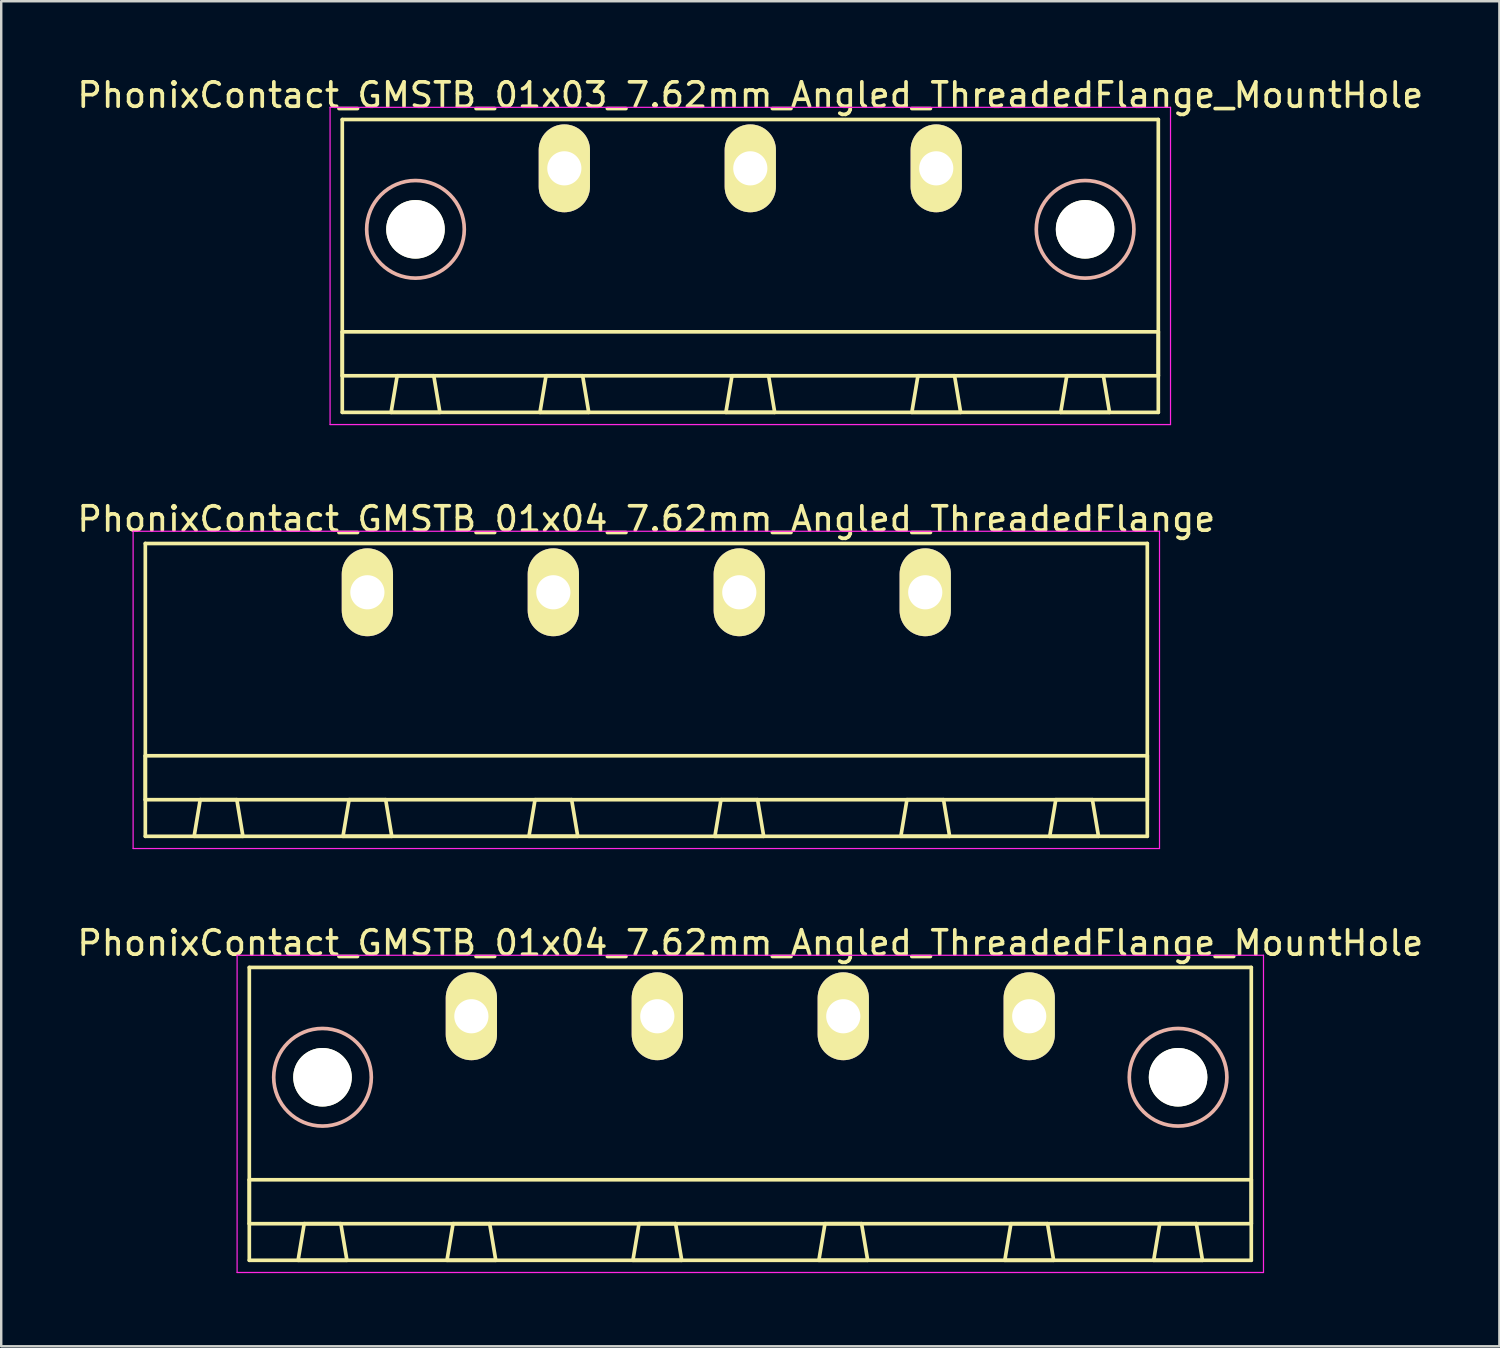
<source format=kicad_pcb>
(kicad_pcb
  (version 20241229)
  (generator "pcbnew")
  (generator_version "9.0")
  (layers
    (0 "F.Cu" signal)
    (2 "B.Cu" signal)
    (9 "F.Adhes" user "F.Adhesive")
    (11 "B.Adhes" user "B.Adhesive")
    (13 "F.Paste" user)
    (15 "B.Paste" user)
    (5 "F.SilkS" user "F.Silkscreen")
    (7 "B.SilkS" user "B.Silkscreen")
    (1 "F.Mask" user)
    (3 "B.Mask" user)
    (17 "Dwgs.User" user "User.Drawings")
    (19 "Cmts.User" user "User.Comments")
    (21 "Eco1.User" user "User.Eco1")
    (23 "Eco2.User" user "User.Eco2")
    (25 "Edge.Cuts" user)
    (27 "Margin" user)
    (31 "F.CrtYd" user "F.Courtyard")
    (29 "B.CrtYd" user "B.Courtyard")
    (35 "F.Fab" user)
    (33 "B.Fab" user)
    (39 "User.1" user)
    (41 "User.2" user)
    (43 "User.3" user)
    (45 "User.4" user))
  (footprint "PhonixContact_GMSTB_01x04_7.62mm_Angled_ThreadedFlange"
    (layer "F.Cu")
    (at 12.005 21.221)
    (property "Reference" "PhonixContact_GMSTB_01x04_7.62mm_Angled_ThreadedFlange" (at 11.43 -3 0) (layer "F.SilkS") (effects (font (size 1 1) (thickness 0.15))))
    (attr through_hole)
    (fp_line (start -9.1 -2) (end -9.1 10) (stroke (width 0.15) (type solid)) (layer "F.SilkS"))
    (fp_line (start -9.1 6.7) (end 31.96 6.7) (stroke (width 0.15) (type solid)) (layer "F.SilkS"))
    (fp_line (start -9.1 8.5) (end -9.1 6.7) (stroke (width 0.15) (type solid)) (layer "F.SilkS"))
    (fp_line (start -9.1 10) (end 31.96 10) (stroke (width 0.15) (type solid)) (layer "F.SilkS"))
    (fp_line (start -7.1 10) (end -5.1 10) (stroke (width 0.15) (type solid)) (layer "F.SilkS"))
    (fp_line (start -6.85 8.5) (end -7.1 10) (stroke (width 0.15) (type solid)) (layer "F.SilkS"))
    (fp_line (start -5.35 8.5) (end -6.85 8.5) (stroke (width 0.15) (type solid)) (layer "F.SilkS"))
    (fp_line (start -5.1 10) (end -5.35 8.5) (stroke (width 0.15) (type solid)) (layer "F.SilkS"))
    (fp_line (start -1 10) (end 1 10) (stroke (width 0.15) (type solid)) (layer "F.SilkS"))
    (fp_line (start -0.75 8.5) (end -1 10) (stroke (width 0.15) (type solid)) (layer "F.SilkS"))
    (fp_line (start 0.75 8.5) (end -0.75 8.5) (stroke (width 0.15) (type solid)) (layer "F.SilkS"))
    (fp_line (start 1 10) (end 0.75 8.5) (stroke (width 0.15) (type solid)) (layer "F.SilkS"))
    (fp_line (start 6.62 10) (end 8.62 10) (stroke (width 0.15) (type solid)) (layer "F.SilkS"))
    (fp_line (start 6.87 8.5) (end 6.62 10) (stroke (width 0.15) (type solid)) (layer "F.SilkS"))
    (fp_line (start 8.37 8.5) (end 6.87 8.5) (stroke (width 0.15) (type solid)) (layer "F.SilkS"))
    (fp_line (start 8.62 10) (end 8.37 8.5) (stroke (width 0.15) (type solid)) (layer "F.SilkS"))
    (fp_line (start 14.24 10) (end 16.24 10) (stroke (width 0.15) (type solid)) (layer "F.SilkS"))
    (fp_line (start 14.49 8.5) (end 14.24 10) (stroke (width 0.15) (type solid)) (layer "F.SilkS"))
    (fp_line (start 15.99 8.5) (end 14.49 8.5) (stroke (width 0.15) (type solid)) (layer "F.SilkS"))
    (fp_line (start 16.24 10) (end 15.99 8.5) (stroke (width 0.15) (type solid)) (layer "F.SilkS"))
    (fp_line (start 21.86 10) (end 23.86 10) (stroke (width 0.15) (type solid)) (layer "F.SilkS"))
    (fp_line (start 22.11 8.5) (end 21.86 10) (stroke (width 0.15) (type solid)) (layer "F.SilkS"))
    (fp_line (start 23.61 8.5) (end 22.11 8.5) (stroke (width 0.15) (type solid)) (layer "F.SilkS"))
    (fp_line (start 23.86 10) (end 23.61 8.5) (stroke (width 0.15) (type solid)) (layer "F.SilkS"))
    (fp_line (start 27.96 10) (end 29.96 10) (stroke (width 0.15) (type solid)) (layer "F.SilkS"))
    (fp_line (start 28.21 8.5) (end 27.96 10) (stroke (width 0.15) (type solid)) (layer "F.SilkS"))
    (fp_line (start 29.71 8.5) (end 28.21 8.5) (stroke (width 0.15) (type solid)) (layer "F.SilkS"))
    (fp_line (start 29.96 10) (end 29.71 8.5) (stroke (width 0.15) (type solid)) (layer "F.SilkS"))
    (fp_line (start 31.96 -2) (end -9.1 -2) (stroke (width 0.15) (type solid)) (layer "F.SilkS"))
    (fp_line (start 31.96 6.7) (end 31.96 8.5) (stroke (width 0.15) (type solid)) (layer "F.SilkS"))
    (fp_line (start 31.96 8.5) (end -9.1 8.5) (stroke (width 0.15) (type solid)) (layer "F.SilkS"))
    (fp_line (start 31.96 10) (end 31.96 -2) (stroke (width 0.15) (type solid)) (layer "F.SilkS"))
    (fp_line (start -9.6 -2.5) (end -9.6 10.5) (stroke (width 0.05) (type solid)) (layer "F.CrtYd"))
    (fp_line (start -9.6 10.5) (end 32.46 10.5) (stroke (width 0.05) (type solid)) (layer "F.CrtYd"))
    (fp_line (start 32.46 -2.5) (end -9.6 -2.5) (stroke (width 0.05) (type solid)) (layer "F.CrtYd"))
    (fp_line (start 32.46 10.5) (end 32.46 -2.5) (stroke (width 0.05) (type solid)) (layer "F.CrtYd"))
    (pad "1" thru_hole oval (at 0 0) (size 2.1 3.6) (drill 1.4) (layers "*.Cu" "*.Mask" "F.SilkS"))
    (pad "2" thru_hole oval (at 7.62 0) (size 2.1 3.6) (drill 1.4) (layers "*.Cu" "*.Mask" "F.SilkS"))
    (pad "3" thru_hole oval (at 15.24 0) (size 2.1 3.6) (drill 1.4) (layers "*.Cu" "*.Mask" "F.SilkS"))
    (pad "4" thru_hole oval (at 22.86 0) (size 2.1 3.6) (drill 1.4) (layers "*.Cu" "*.Mask" "F.SilkS")))
  (footprint "PhonixContact_GMSTB_01x03_7.62mm_Angled_ThreadedFlange_MountHole"
    (layer "F.Cu")
    (at 20.076 3.848)
    (property "Reference" "PhonixContact_GMSTB_01x03_7.62mm_Angled_ThreadedFlange_MountHole" (at 7.62 -3 0) (layer "F.SilkS") (effects (font (size 1 1) (thickness 0.15))))
    (attr through_hole)
    (fp_line (start -9.1 -2) (end -9.1 10) (stroke (width 0.15) (type solid)) (layer "F.SilkS"))
    (fp_line (start -9.1 6.7) (end 24.34 6.7) (stroke (width 0.15) (type solid)) (layer "F.SilkS"))
    (fp_line (start -9.1 8.5) (end -9.1 6.7) (stroke (width 0.15) (type solid)) (layer "F.SilkS"))
    (fp_line (start -9.1 10) (end 24.34 10) (stroke (width 0.15) (type solid)) (layer "F.SilkS"))
    (fp_line (start -7.1 10) (end -5.1 10) (stroke (width 0.15) (type solid)) (layer "F.SilkS"))
    (fp_line (start -6.85 8.5) (end -7.1 10) (stroke (width 0.15) (type solid)) (layer "F.SilkS"))
    (fp_line (start -5.35 8.5) (end -6.85 8.5) (stroke (width 0.15) (type solid)) (layer "F.SilkS"))
    (fp_line (start -5.1 10) (end -5.35 8.5) (stroke (width 0.15) (type solid)) (layer "F.SilkS"))
    (fp_line (start -1 10) (end 1 10) (stroke (width 0.15) (type solid)) (layer "F.SilkS"))
    (fp_line (start -0.75 8.5) (end -1 10) (stroke (width 0.15) (type solid)) (layer "F.SilkS"))
    (fp_line (start 0.75 8.5) (end -0.75 8.5) (stroke (width 0.15) (type solid)) (layer "F.SilkS"))
    (fp_line (start 1 10) (end 0.75 8.5) (stroke (width 0.15) (type solid)) (layer "F.SilkS"))
    (fp_line (start 6.62 10) (end 8.62 10) (stroke (width 0.15) (type solid)) (layer "F.SilkS"))
    (fp_line (start 6.87 8.5) (end 6.62 10) (stroke (width 0.15) (type solid)) (layer "F.SilkS"))
    (fp_line (start 8.37 8.5) (end 6.87 8.5) (stroke (width 0.15) (type solid)) (layer "F.SilkS"))
    (fp_line (start 8.62 10) (end 8.37 8.5) (stroke (width 0.15) (type solid)) (layer "F.SilkS"))
    (fp_line (start 14.24 10) (end 16.24 10) (stroke (width 0.15) (type solid)) (layer "F.SilkS"))
    (fp_line (start 14.49 8.5) (end 14.24 10) (stroke (width 0.15) (type solid)) (layer "F.SilkS"))
    (fp_line (start 15.99 8.5) (end 14.49 8.5) (stroke (width 0.15) (type solid)) (layer "F.SilkS"))
    (fp_line (start 16.24 10) (end 15.99 8.5) (stroke (width 0.15) (type solid)) (layer "F.SilkS"))
    (fp_line (start 20.34 10) (end 22.34 10) (stroke (width 0.15) (type solid)) (layer "F.SilkS"))
    (fp_line (start 20.59 8.5) (end 20.34 10) (stroke (width 0.15) (type solid)) (layer "F.SilkS"))
    (fp_line (start 22.09 8.5) (end 20.59 8.5) (stroke (width 0.15) (type solid)) (layer "F.SilkS"))
    (fp_line (start 22.34 10) (end 22.09 8.5) (stroke (width 0.15) (type solid)) (layer "F.SilkS"))
    (fp_line (start 24.34 -2) (end -9.1 -2) (stroke (width 0.15) (type solid)) (layer "F.SilkS"))
    (fp_line (start 24.34 6.7) (end 24.34 8.5) (stroke (width 0.15) (type solid)) (layer "F.SilkS"))
    (fp_line (start 24.34 8.5) (end -9.1 8.5) (stroke (width 0.15) (type solid)) (layer "F.SilkS"))
    (fp_line (start 24.34 10) (end 24.34 -2) (stroke (width 0.15) (type solid)) (layer "F.SilkS"))
    (fp_circle (center -6.1 2.5) (end -4.1 2.5) (stroke (width 0.15) (type solid)) (fill no) (layer "B.SilkS"))
    (fp_circle (center 21.34 2.5) (end 23.34 2.5) (stroke (width 0.15) (type solid)) (fill no) (layer "B.SilkS"))
    (fp_line (start -9.6 -2.5) (end -9.6 10.5) (stroke (width 0.05) (type solid)) (layer "F.CrtYd"))
    (fp_line (start -9.6 10.5) (end 24.84 10.5) (stroke (width 0.05) (type solid)) (layer "F.CrtYd"))
    (fp_line (start 24.84 -2.5) (end -9.6 -2.5) (stroke (width 0.05) (type solid)) (layer "F.CrtYd"))
    (fp_line (start 24.84 10.5) (end 24.84 -2.5) (stroke (width 0.05) (type solid)) (layer "F.CrtYd"))
    (pad "" np_thru_hole circle (at -6.1 2.5) (size 2.4 2.4) (drill 2.4) (layers "*.Cu" "*.Mask" "F.SilkS"))
    (pad "" np_thru_hole circle (at 21.34 2.5) (size 2.4 2.4) (drill 2.4) (layers "*.Cu" "*.Mask" "F.SilkS"))
    (pad "1" thru_hole oval (at 0 0) (size 2.1 3.6) (drill 1.4) (layers "*.Cu" "*.Mask" "F.SilkS"))
    (pad "2" thru_hole oval (at 7.62 0) (size 2.1 3.6) (drill 1.4) (layers "*.Cu" "*.Mask" "F.SilkS"))
    (pad "3" thru_hole oval (at 15.24 0) (size 2.1 3.6) (drill 1.4) (layers "*.Cu" "*.Mask" "F.SilkS")))
  (footprint "PhonixContact_GMSTB_01x04_7.62mm_Angled_ThreadedFlange_MountHole"
    (layer "F.Cu")
    (at 16.266 38.595)
    (property "Reference" "PhonixContact_GMSTB_01x04_7.62mm_Angled_ThreadedFlange_MountHole" (at 11.43 -3 0) (layer "F.SilkS") (effects (font (size 1 1) (thickness 0.15))))
    (attr through_hole)
    (fp_line (start -9.1 -2) (end -9.1 10) (stroke (width 0.15) (type solid)) (layer "F.SilkS"))
    (fp_line (start -9.1 6.7) (end 31.96 6.7) (stroke (width 0.15) (type solid)) (layer "F.SilkS"))
    (fp_line (start -9.1 8.5) (end -9.1 6.7) (stroke (width 0.15) (type solid)) (layer "F.SilkS"))
    (fp_line (start -9.1 10) (end 31.96 10) (stroke (width 0.15) (type solid)) (layer "F.SilkS"))
    (fp_line (start -7.1 10) (end -5.1 10) (stroke (width 0.15) (type solid)) (layer "F.SilkS"))
    (fp_line (start -6.85 8.5) (end -7.1 10) (stroke (width 0.15) (type solid)) (layer "F.SilkS"))
    (fp_line (start -5.35 8.5) (end -6.85 8.5) (stroke (width 0.15) (type solid)) (layer "F.SilkS"))
    (fp_line (start -5.1 10) (end -5.35 8.5) (stroke (width 0.15) (type solid)) (layer "F.SilkS"))
    (fp_line (start -1 10) (end 1 10) (stroke (width 0.15) (type solid)) (layer "F.SilkS"))
    (fp_line (start -0.75 8.5) (end -1 10) (stroke (width 0.15) (type solid)) (layer "F.SilkS"))
    (fp_line (start 0.75 8.5) (end -0.75 8.5) (stroke (width 0.15) (type solid)) (layer "F.SilkS"))
    (fp_line (start 1 10) (end 0.75 8.5) (stroke (width 0.15) (type solid)) (layer "F.SilkS"))
    (fp_line (start 6.62 10) (end 8.62 10) (stroke (width 0.15) (type solid)) (layer "F.SilkS"))
    (fp_line (start 6.87 8.5) (end 6.62 10) (stroke (width 0.15) (type solid)) (layer "F.SilkS"))
    (fp_line (start 8.37 8.5) (end 6.87 8.5) (stroke (width 0.15) (type solid)) (layer "F.SilkS"))
    (fp_line (start 8.62 10) (end 8.37 8.5) (stroke (width 0.15) (type solid)) (layer "F.SilkS"))
    (fp_line (start 14.24 10) (end 16.24 10) (stroke (width 0.15) (type solid)) (layer "F.SilkS"))
    (fp_line (start 14.49 8.5) (end 14.24 10) (stroke (width 0.15) (type solid)) (layer "F.SilkS"))
    (fp_line (start 15.99 8.5) (end 14.49 8.5) (stroke (width 0.15) (type solid)) (layer "F.SilkS"))
    (fp_line (start 16.24 10) (end 15.99 8.5) (stroke (width 0.15) (type solid)) (layer "F.SilkS"))
    (fp_line (start 21.86 10) (end 23.86 10) (stroke (width 0.15) (type solid)) (layer "F.SilkS"))
    (fp_line (start 22.11 8.5) (end 21.86 10) (stroke (width 0.15) (type solid)) (layer "F.SilkS"))
    (fp_line (start 23.61 8.5) (end 22.11 8.5) (stroke (width 0.15) (type solid)) (layer "F.SilkS"))
    (fp_line (start 23.86 10) (end 23.61 8.5) (stroke (width 0.15) (type solid)) (layer "F.SilkS"))
    (fp_line (start 27.96 10) (end 29.96 10) (stroke (width 0.15) (type solid)) (layer "F.SilkS"))
    (fp_line (start 28.21 8.5) (end 27.96 10) (stroke (width 0.15) (type solid)) (layer "F.SilkS"))
    (fp_line (start 29.71 8.5) (end 28.21 8.5) (stroke (width 0.15) (type solid)) (layer "F.SilkS"))
    (fp_line (start 29.96 10) (end 29.71 8.5) (stroke (width 0.15) (type solid)) (layer "F.SilkS"))
    (fp_line (start 31.96 -2) (end -9.1 -2) (stroke (width 0.15) (type solid)) (layer "F.SilkS"))
    (fp_line (start 31.96 6.7) (end 31.96 8.5) (stroke (width 0.15) (type solid)) (layer "F.SilkS"))
    (fp_line (start 31.96 8.5) (end -9.1 8.5) (stroke (width 0.15) (type solid)) (layer "F.SilkS"))
    (fp_line (start 31.96 10) (end 31.96 -2) (stroke (width 0.15) (type solid)) (layer "F.SilkS"))
    (fp_circle (center -6.1 2.5) (end -4.1 2.5) (stroke (width 0.15) (type solid)) (fill no) (layer "B.SilkS"))
    (fp_circle (center 28.96 2.5) (end 30.96 2.5) (stroke (width 0.15) (type solid)) (fill no) (layer "B.SilkS"))
    (fp_line (start -9.6 -2.5) (end -9.6 10.5) (stroke (width 0.05) (type solid)) (layer "F.CrtYd"))
    (fp_line (start -9.6 10.5) (end 32.46 10.5) (stroke (width 0.05) (type solid)) (layer "F.CrtYd"))
    (fp_line (start 32.46 -2.5) (end -9.6 -2.5) (stroke (width 0.05) (type solid)) (layer "F.CrtYd"))
    (fp_line (start 32.46 10.5) (end 32.46 -2.5) (stroke (width 0.05) (type solid)) (layer "F.CrtYd"))
    (pad "" np_thru_hole circle (at -6.1 2.5) (size 2.4 2.4) (drill 2.4) (layers "*.Cu" "*.Mask" "F.SilkS"))
    (pad "" np_thru_hole circle (at 28.96 2.5) (size 2.4 2.4) (drill 2.4) (layers "*.Cu" "*.Mask" "F.SilkS"))
    (pad "1" thru_hole oval (at 0 0) (size 2.1 3.6) (drill 1.4) (layers "*.Cu" "*.Mask" "F.SilkS"))
    (pad "2" thru_hole oval (at 7.62 0) (size 2.1 3.6) (drill 1.4) (layers "*.Cu" "*.Mask" "F.SilkS"))
    (pad "3" thru_hole oval (at 15.24 0) (size 2.1 3.6) (drill 1.4) (layers "*.Cu" "*.Mask" "F.SilkS"))
    (pad "4" thru_hole oval (at 22.86 0) (size 2.1 3.6) (drill 1.4) (layers "*.Cu" "*.Mask" "F.SilkS")))
  (gr_rect
    (start -3 -3)
    (end 58.393 52.12)
    (stroke (width 0.1) (type default))
    (fill no)
    (layer "Edge.Cuts")))
</source>
